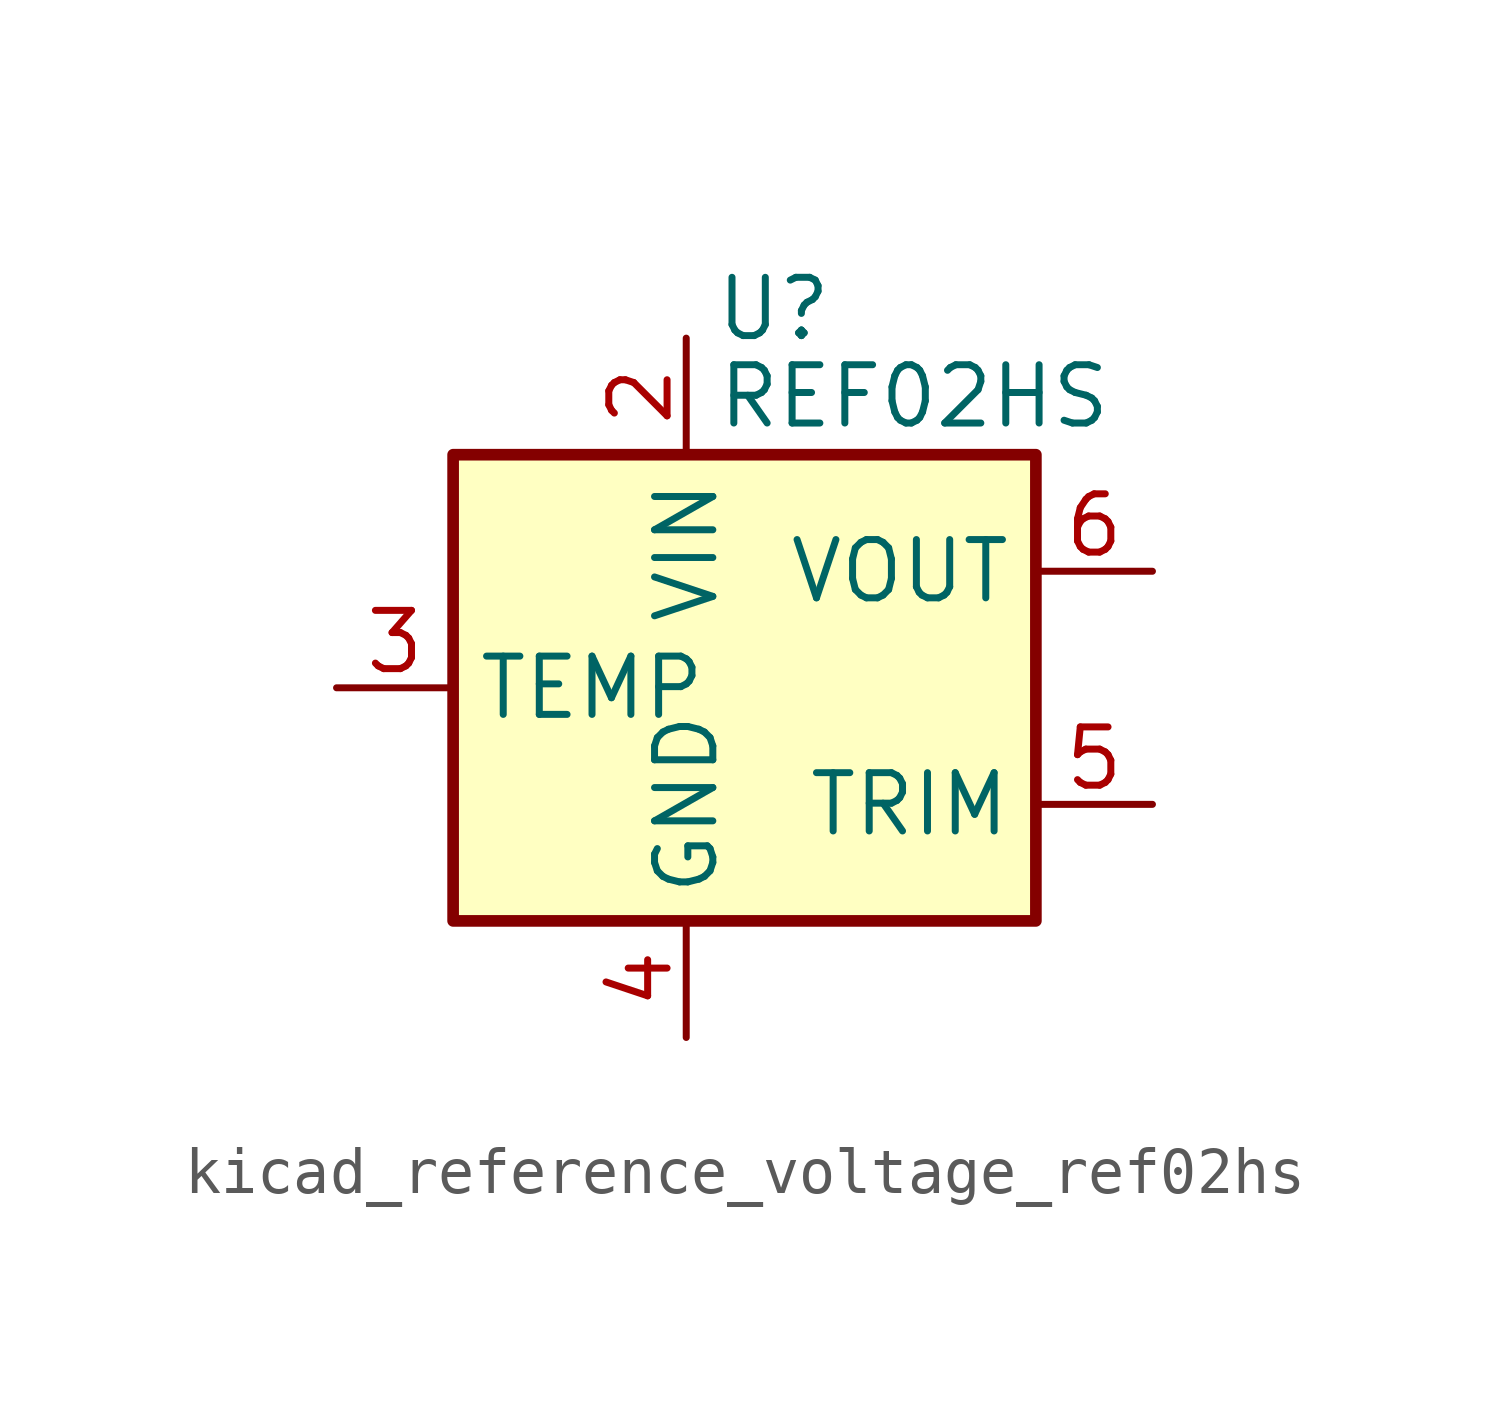
<source format=kicad_sym>
(kicad_symbol_lib
  (version 20220914)
  (generator kicad_symbol_editor)
  (symbol "kicad_reference_voltage_ref02hs"
    (property "Reference" "U"
      (at 1.905 8.255 0)
      (effects (font (size 1.27 1.27))))
    (property "Value" "REF02HS"
      (at 0.635 6.35 0)
      (effects (font (size 1.27 1.27)) (justify left)))
    (symbol "kicad_reference_voltage_ref02hs_0_1"
      (rectangle (start -5.08 5.08) (end 7.62 -5.08) (stroke (width 0.254) (type default)) (fill (type background))))
    (symbol "kicad_reference_voltage_ref02hs_1_1"
      (pin no_connect line (at 2.54 -5.08 90) (length 2.54) hide (name "NC" (effects (font (size 1.27 1.27)))) (number "1" (effects (font (size 1.27 1.27)))))
      (pin power_in line (at 0 7.62 270) (length 2.54) (name "VIN" (effects (font (size 1.27 1.27)))) (number "2" (effects (font (size 1.27 1.27)))))
      (pin passive line (at -7.62 0 0) (length 2.54) (name "TEMP" (effects (font (size 1.27 1.27)))) (number "3" (effects (font (size 1.27 1.27)))))
      (pin power_in line (at 0 -7.62 90) (length 2.54) (name "GND" (effects (font (size 1.27 1.27)))) (number "4" (effects (font (size 1.27 1.27)))))
      (pin passive line (at 10.16 -2.54 180) (length 2.54) (name "TRIM" (effects (font (size 1.27 1.27)))) (number "5" (effects (font (size 1.27 1.27)))))
      (pin power_out line (at 10.16 2.54 180) (length 2.54) (name "VOUT" (effects (font (size 1.27 1.27)))) (number "6" (effects (font (size 1.27 1.27)))))
      (pin no_connect line (at -2.54 -5.08 90) (length 2.54) hide (name "NC" (effects (font (size 1.27 1.27)))) (number "7" (effects (font (size 1.27 1.27)))))
      (pin no_connect line (at 7.62 0 180) (length 2.54) hide (name "NC" (effects (font (size 1.27 1.27)))) (number "8" (effects (font (size 1.27 1.27))))))))
</source>
